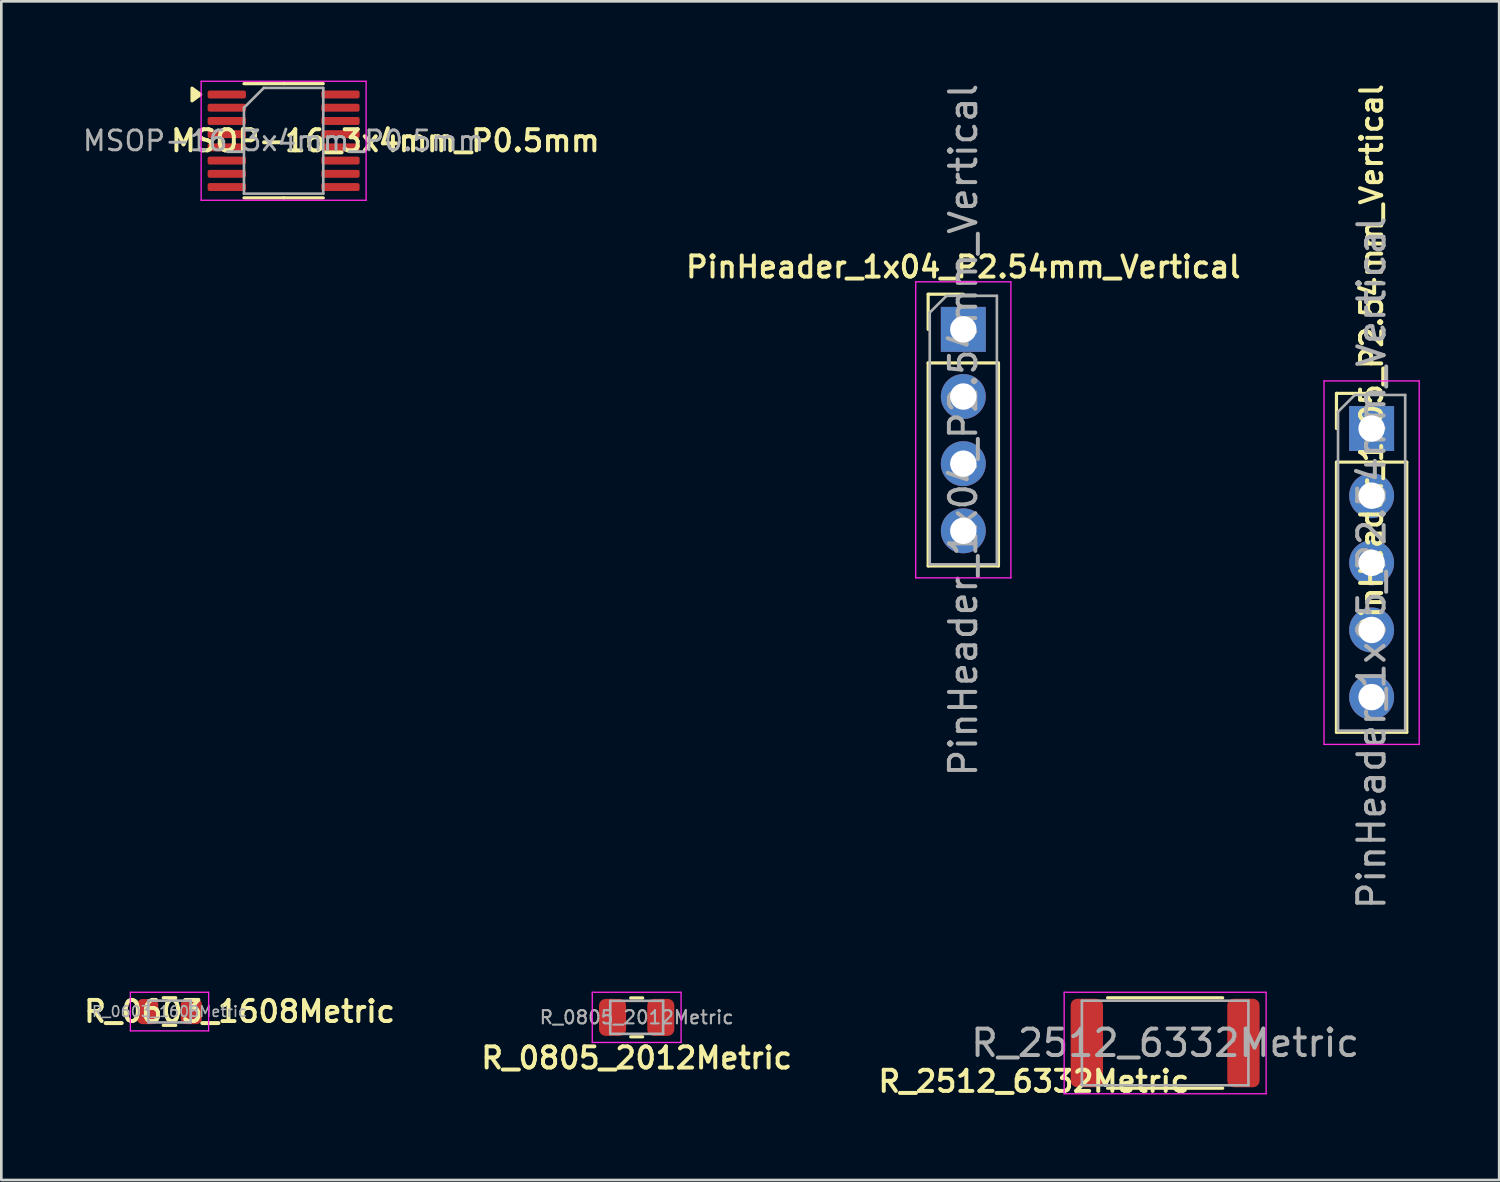
<source format=kicad_pcb>
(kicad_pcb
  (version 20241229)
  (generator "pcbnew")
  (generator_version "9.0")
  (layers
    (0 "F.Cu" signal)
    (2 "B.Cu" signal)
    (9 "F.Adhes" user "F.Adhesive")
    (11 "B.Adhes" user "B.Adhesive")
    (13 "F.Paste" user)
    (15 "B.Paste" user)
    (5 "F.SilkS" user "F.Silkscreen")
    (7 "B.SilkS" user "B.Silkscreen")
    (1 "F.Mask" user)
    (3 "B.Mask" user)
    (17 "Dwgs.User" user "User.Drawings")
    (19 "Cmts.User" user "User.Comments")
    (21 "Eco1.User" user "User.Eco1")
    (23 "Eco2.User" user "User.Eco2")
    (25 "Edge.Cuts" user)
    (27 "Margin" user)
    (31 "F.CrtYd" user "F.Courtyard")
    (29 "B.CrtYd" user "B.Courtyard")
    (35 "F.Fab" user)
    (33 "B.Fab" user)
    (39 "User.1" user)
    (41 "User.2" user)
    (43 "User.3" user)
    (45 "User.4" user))
  (footprint "PinHeader_1x05_P2.54mm_Vertical"
    (layer "F.Cu")
    (at 48.837 13.161)
    (property "Reference" "PinHeader_1x05_P2.54mm_Vertical" (at 0 -2.54 90) (layer "F.SilkS") (effects (font (size 0.8 0.8) (thickness 0.15))))
    (attr through_hole)
    (fp_line (start -1.33 -1.33) (end 0 -1.33) (stroke (width 0.12) (type solid)) (layer "F.SilkS"))
    (fp_line (start -1.33 0) (end -1.33 -1.33) (stroke (width 0.12) (type solid)) (layer "F.SilkS"))
    (fp_line (start -1.33 1.27) (end -1.33 11.49) (stroke (width 0.12) (type solid)) (layer "F.SilkS"))
    (fp_line (start -1.33 1.27) (end 1.33 1.27) (stroke (width 0.12) (type solid)) (layer "F.SilkS"))
    (fp_line (start -1.33 11.49) (end 1.33 11.49) (stroke (width 0.12) (type solid)) (layer "F.SilkS"))
    (fp_line (start 1.33 1.27) (end 1.33 11.49) (stroke (width 0.12) (type solid)) (layer "F.SilkS"))
    (fp_line (start -1.8 -1.8) (end -1.8 11.95) (stroke (width 0.05) (type solid)) (layer "F.CrtYd"))
    (fp_line (start -1.8 11.95) (end 1.8 11.95) (stroke (width 0.05) (type solid)) (layer "F.CrtYd"))
    (fp_line (start 1.8 -1.8) (end -1.8 -1.8) (stroke (width 0.05) (type solid)) (layer "F.CrtYd"))
    (fp_line (start 1.8 11.95) (end 1.8 -1.8) (stroke (width 0.05) (type solid)) (layer "F.CrtYd"))
    (fp_line (start -1.27 -0.635) (end -0.635 -1.27) (stroke (width 0.1) (type solid)) (layer "F.Fab"))
    (fp_line (start -1.27 11.43) (end -1.27 -0.635) (stroke (width 0.1) (type solid)) (layer "F.Fab"))
    (fp_line (start -0.635 -1.27) (end 1.27 -1.27) (stroke (width 0.1) (type solid)) (layer "F.Fab"))
    (fp_line (start 1.27 -1.27) (end 1.27 11.43) (stroke (width 0.1) (type solid)) (layer "F.Fab"))
    (fp_line (start 1.27 11.43) (end -1.27 11.43) (stroke (width 0.1) (type solid)) (layer "F.Fab"))
    (fp_text user "${REFERENCE}" (at 0 5.08 270) (layer "F.Fab") (effects (font (size 1 1) (thickness 0.15))))
    (pad "1" thru_hole rect (at 0 0) (size 1.7 1.7) (drill 1) (layers "*.Cu" "*.Mask"))
    (pad "2" thru_hole oval (at 0 2.54) (size 1.7 1.7) (drill 1) (layers "*.Cu" "*.Mask"))
    (pad "3" thru_hole oval (at 0 5.08) (size 1.7 1.7) (drill 1) (layers "*.Cu" "*.Mask"))
    (pad "4" thru_hole oval (at 0 7.62) (size 1.7 1.7) (drill 1) (layers "*.Cu" "*.Mask"))
    (pad "5" thru_hole oval (at 0 10.16) (size 1.7 1.7) (drill 1) (layers "*.Cu" "*.Mask")))
  (footprint "R_0805_2012Metric"
    (layer "F.Cu")
    (at 21.035 35.436)
    (property "Reference" "R_0805_2012Metric" (at 0 1.535 180) (layer "F.SilkS") (effects (font (size 0.8 0.8) (thickness 0.15))))
    (attr smd)
    (fp_line (start -0.227 -0.735) (end 0.227 -0.735) (stroke (width 0.12) (type solid)) (layer "F.SilkS"))
    (fp_line (start -0.227 0.735) (end 0.227 0.735) (stroke (width 0.12) (type solid)) (layer "F.SilkS"))
    (fp_line (start -1.68 -0.95) (end 1.68 -0.95) (stroke (width 0.05) (type solid)) (layer "F.CrtYd"))
    (fp_line (start -1.68 0.95) (end -1.68 -0.95) (stroke (width 0.05) (type solid)) (layer "F.CrtYd"))
    (fp_line (start 1.68 -0.95) (end 1.68 0.95) (stroke (width 0.05) (type solid)) (layer "F.CrtYd"))
    (fp_line (start 1.68 0.95) (end -1.68 0.95) (stroke (width 0.05) (type solid)) (layer "F.CrtYd"))
    (fp_line (start -1 -0.625) (end 1 -0.625) (stroke (width 0.1) (type solid)) (layer "F.Fab"))
    (fp_line (start -1 0.625) (end -1 -0.625) (stroke (width 0.1) (type solid)) (layer "F.Fab"))
    (fp_line (start 1 -0.625) (end 1 0.625) (stroke (width 0.1) (type solid)) (layer "F.Fab"))
    (fp_line (start 1 0.625) (end -1 0.625) (stroke (width 0.1) (type solid)) (layer "F.Fab"))
    (fp_text user "${REFERENCE}" (at 0 0 180) (layer "F.Fab") (effects (font (size 0.5 0.5) (thickness 0.08))))
    (pad "1" smd roundrect (at -0.912 0) (size 1.025 1.4) (layers "F.Cu" "F.Mask" "F.Paste") (roundrect_rratio 0.244))
    (pad "2" smd roundrect (at 0.912 0) (size 1.025 1.4) (layers "F.Cu" "F.Mask" "F.Paste") (roundrect_rratio 0.244)))
  (footprint "R_0603_1608Metric"
    (layer "F.Cu")
    (at 3.362 35.216)
    (property "Reference" "R_0603_1608Metric" (at 2.65 -0.003 180) (layer "F.SilkS") (effects (font (size 0.8 0.8) (thickness 0.15))))
    (attr smd)
    (fp_line (start -0.237 -0.522) (end 0.237 -0.522) (stroke (width 0.12) (type solid)) (layer "F.SilkS"))
    (fp_line (start -0.237 0.522) (end 0.237 0.522) (stroke (width 0.12) (type solid)) (layer "F.SilkS"))
    (fp_line (start -1.48 -0.73) (end 1.48 -0.73) (stroke (width 0.05) (type solid)) (layer "F.CrtYd"))
    (fp_line (start -1.48 0.73) (end -1.48 -0.73) (stroke (width 0.05) (type solid)) (layer "F.CrtYd"))
    (fp_line (start 1.48 -0.73) (end 1.48 0.73) (stroke (width 0.05) (type solid)) (layer "F.CrtYd"))
    (fp_line (start 1.48 0.73) (end -1.48 0.73) (stroke (width 0.05) (type solid)) (layer "F.CrtYd"))
    (fp_line (start -0.8 -0.412) (end 0.8 -0.412) (stroke (width 0.1) (type solid)) (layer "F.Fab"))
    (fp_line (start -0.8 0.412) (end -0.8 -0.412) (stroke (width 0.1) (type solid)) (layer "F.Fab"))
    (fp_line (start 0.8 -0.412) (end 0.8 0.412) (stroke (width 0.1) (type solid)) (layer "F.Fab"))
    (fp_line (start 0.8 0.412) (end -0.8 0.412) (stroke (width 0.1) (type solid)) (layer "F.Fab"))
    (fp_text user "${REFERENCE}" (at 0 0 180) (layer "F.Fab") (effects (font (size 0.4 0.4) (thickness 0.06))))
    (pad "1" smd roundrect (at -0.825 0) (size 0.8 0.95) (layers "F.Cu" "F.Mask" "F.Paste") (roundrect_rratio 0.25))
    (pad "2" smd roundrect (at 0.825 0) (size 0.8 0.95) (layers "F.Cu" "F.Mask" "F.Paste") (roundrect_rratio 0.25)))
  (footprint "MSOP-16_3x4mm_P0.5mm"
    (layer "F.Cu")
    (at 7.679 2.275)
    (property "Reference" "MSOP-16_3x4mm_P0.5mm" (at 3.85 0 0) (layer "F.SilkS") (effects (font (size 0.8 0.8) (thickness 0.15))))
    (attr smd)
    (fp_line (start 0 -2.16) (end -1.5 -2.16) (stroke (width 0.12) (type solid)) (layer "F.SilkS"))
    (fp_line (start 0 -2.16) (end 1.5 -2.16) (stroke (width 0.12) (type solid)) (layer "F.SilkS"))
    (fp_line (start 0 2.16) (end -1.5 2.16) (stroke (width 0.12) (type solid)) (layer "F.SilkS"))
    (fp_line (start 0 2.16) (end 1.5 2.16) (stroke (width 0.12) (type solid)) (layer "F.SilkS"))
    (fp_poly (pts (xy -3.135 -1.75) (xy -3.465 -1.99) (xy -3.465 -1.51) (xy -3.135 -1.75)) (stroke (width 0.12) (type solid)) (fill yes) (layer "F.SilkS"))
    (fp_line (start -3.12 -2.25) (end -3.12 2.25) (stroke (width 0.05) (type solid)) (layer "F.CrtYd"))
    (fp_line (start -3.12 2.25) (end 3.12 2.25) (stroke (width 0.05) (type solid)) (layer "F.CrtYd"))
    (fp_line (start 3.12 -2.25) (end -3.12 -2.25) (stroke (width 0.05) (type solid)) (layer "F.CrtYd"))
    (fp_line (start 3.12 2.25) (end 3.12 -2.25) (stroke (width 0.05) (type solid)) (layer "F.CrtYd"))
    (fp_line (start -1.5 -1.25) (end -0.75 -2) (stroke (width 0.1) (type solid)) (layer "F.Fab"))
    (fp_line (start -1.5 2) (end -1.5 -1.25) (stroke (width 0.1) (type solid)) (layer "F.Fab"))
    (fp_line (start -0.75 -2) (end 1.5 -2) (stroke (width 0.1) (type solid)) (layer "F.Fab"))
    (fp_line (start 1.5 -2) (end 1.5 2) (stroke (width 0.1) (type solid)) (layer "F.Fab"))
    (fp_line (start 1.5 2) (end -1.5 2) (stroke (width 0.1) (type solid)) (layer "F.Fab"))
    (fp_text user "${REFERENCE}" (at 0 0 0) (layer "F.Fab") (effects (font (size 0.75 0.75) (thickness 0.11))))
    (pad "1" smd roundrect (at -2.15 -1.75) (size 1.45 0.3) (layers "F.Cu" "F.Mask" "F.Paste") (roundrect_rratio 0.25))
    (pad "2" smd roundrect (at -2.15 -1.25) (size 1.45 0.3) (layers "F.Cu" "F.Mask" "F.Paste") (roundrect_rratio 0.25))
    (pad "3" smd roundrect (at -2.15 -0.75) (size 1.45 0.3) (layers "F.Cu" "F.Mask" "F.Paste") (roundrect_rratio 0.25))
    (pad "4" smd roundrect (at -2.15 -0.25) (size 1.45 0.3) (layers "F.Cu" "F.Mask" "F.Paste") (roundrect_rratio 0.25))
    (pad "5" smd roundrect (at -2.15 0.25) (size 1.45 0.3) (layers "F.Cu" "F.Mask" "F.Paste") (roundrect_rratio 0.25))
    (pad "6" smd roundrect (at -2.15 0.75) (size 1.45 0.3) (layers "F.Cu" "F.Mask" "F.Paste") (roundrect_rratio 0.25))
    (pad "7" smd roundrect (at -2.15 1.25) (size 1.45 0.3) (layers "F.Cu" "F.Mask" "F.Paste") (roundrect_rratio 0.25))
    (pad "8" smd roundrect (at -2.15 1.75) (size 1.45 0.3) (layers "F.Cu" "F.Mask" "F.Paste") (roundrect_rratio 0.25))
    (pad "9" smd roundrect (at 2.15 1.75) (size 1.45 0.3) (layers "F.Cu" "F.Mask" "F.Paste") (roundrect_rratio 0.25))
    (pad "10" smd roundrect (at 2.15 1.25) (size 1.45 0.3) (layers "F.Cu" "F.Mask" "F.Paste") (roundrect_rratio 0.25))
    (pad "11" smd roundrect (at 2.15 0.75) (size 1.45 0.3) (layers "F.Cu" "F.Mask" "F.Paste") (roundrect_rratio 0.25))
    (pad "12" smd roundrect (at 2.15 0.25) (size 1.45 0.3) (layers "F.Cu" "F.Mask" "F.Paste") (roundrect_rratio 0.25))
    (pad "13" smd roundrect (at 2.15 -0.25) (size 1.45 0.3) (layers "F.Cu" "F.Mask" "F.Paste") (roundrect_rratio 0.25))
    (pad "14" smd roundrect (at 2.15 -0.75) (size 1.45 0.3) (layers "F.Cu" "F.Mask" "F.Paste") (roundrect_rratio 0.25))
    (pad "15" smd roundrect (at 2.15 -1.25) (size 1.45 0.3) (layers "F.Cu" "F.Mask" "F.Paste") (roundrect_rratio 0.25))
    (pad "16" smd roundrect (at 2.15 -1.75) (size 1.45 0.3) (layers "F.Cu" "F.Mask" "F.Paste") (roundrect_rratio 0.25)))
  (footprint "PinHeader_1x04_P2.54mm_Vertical"
    (layer "F.Cu")
    (at 33.391 9.41)
    (property "Reference" "PinHeader_1x04_P2.54mm_Vertical" (at 0 -2.36 180) (layer "F.SilkS") (effects (font (size 0.8 0.8) (thickness 0.15))))
    (attr through_hole)
    (fp_line (start -1.33 -1.33) (end 0 -1.33) (stroke (width 0.12) (type solid)) (layer "F.SilkS"))
    (fp_line (start -1.33 0) (end -1.33 -1.33) (stroke (width 0.12) (type solid)) (layer "F.SilkS"))
    (fp_line (start -1.33 1.27) (end -1.33 8.95) (stroke (width 0.12) (type solid)) (layer "F.SilkS"))
    (fp_line (start -1.33 1.27) (end 1.33 1.27) (stroke (width 0.12) (type solid)) (layer "F.SilkS"))
    (fp_line (start -1.33 8.95) (end 1.33 8.95) (stroke (width 0.12) (type solid)) (layer "F.SilkS"))
    (fp_line (start 1.33 1.27) (end 1.33 8.95) (stroke (width 0.12) (type solid)) (layer "F.SilkS"))
    (fp_line (start -1.8 -1.8) (end -1.8 9.4) (stroke (width 0.05) (type solid)) (layer "F.CrtYd"))
    (fp_line (start -1.8 9.4) (end 1.8 9.4) (stroke (width 0.05) (type solid)) (layer "F.CrtYd"))
    (fp_line (start 1.8 -1.8) (end -1.8 -1.8) (stroke (width 0.05) (type solid)) (layer "F.CrtYd"))
    (fp_line (start 1.8 9.4) (end 1.8 -1.8) (stroke (width 0.05) (type solid)) (layer "F.CrtYd"))
    (fp_line (start -1.27 -0.635) (end -0.635 -1.27) (stroke (width 0.1) (type solid)) (layer "F.Fab"))
    (fp_line (start -1.27 8.89) (end -1.27 -0.635) (stroke (width 0.1) (type solid)) (layer "F.Fab"))
    (fp_line (start -0.635 -1.27) (end 1.27 -1.27) (stroke (width 0.1) (type solid)) (layer "F.Fab"))
    (fp_line (start 1.27 -1.27) (end 1.27 8.89) (stroke (width 0.1) (type solid)) (layer "F.Fab"))
    (fp_line (start 1.27 8.89) (end -1.27 8.89) (stroke (width 0.1) (type solid)) (layer "F.Fab"))
    (fp_text user "${REFERENCE}" (at 0 3.81 270) (layer "F.Fab") (effects (font (size 1 1) (thickness 0.15))))
    (pad "1" thru_hole rect (at 0 0) (size 1.7 1.7) (drill 1) (layers "*.Cu" "*.Mask"))
    (pad "2" thru_hole oval (at 0 2.54) (size 1.7 1.7) (drill 1) (layers "*.Cu" "*.Mask"))
    (pad "3" thru_hole oval (at 0 5.08) (size 1.7 1.7) (drill 1) (layers "*.Cu" "*.Mask"))
    (pad "4" thru_hole oval (at 0 7.62) (size 1.7 1.7) (drill 1) (layers "*.Cu" "*.Mask")))
  (footprint "R_2512_6332Metric"
    (layer "F.Cu")
    (at 41.026 36.406)
    (property "Reference" "R_2512_6332Metric" (at -4.968 1.45 0) (layer "F.SilkS") (effects (font (size 0.8 0.8) (thickness 0.15))))
    (attr smd)
    (fp_line (start -2.177 -1.71) (end 2.177 -1.71) (stroke (width 0.12) (type solid)) (layer "F.SilkS"))
    (fp_line (start -2.177 1.71) (end 2.177 1.71) (stroke (width 0.12) (type solid)) (layer "F.SilkS"))
    (fp_line (start -3.82 -1.92) (end 3.82 -1.92) (stroke (width 0.05) (type solid)) (layer "F.CrtYd"))
    (fp_line (start -3.82 1.92) (end -3.82 -1.92) (stroke (width 0.05) (type solid)) (layer "F.CrtYd"))
    (fp_line (start 3.82 -1.92) (end 3.82 1.92) (stroke (width 0.05) (type solid)) (layer "F.CrtYd"))
    (fp_line (start 3.82 1.92) (end -3.82 1.92) (stroke (width 0.05) (type solid)) (layer "F.CrtYd"))
    (fp_line (start -3.15 -1.6) (end 3.15 -1.6) (stroke (width 0.1) (type solid)) (layer "F.Fab"))
    (fp_line (start -3.15 1.6) (end -3.15 -1.6) (stroke (width 0.1) (type solid)) (layer "F.Fab"))
    (fp_line (start 3.15 -1.6) (end 3.15 1.6) (stroke (width 0.1) (type solid)) (layer "F.Fab"))
    (fp_line (start 3.15 1.6) (end -3.15 1.6) (stroke (width 0.1) (type solid)) (layer "F.Fab"))
    (fp_text user "${REFERENCE}" (at 0 0 180) (layer "F.Fab") (effects (font (size 1 1) (thickness 0.15))))
    (pad "1" smd roundrect (at -2.962 0) (size 1.225 3.35) (layers "F.Cu" "F.Mask" "F.Paste") (roundrect_rratio 0.204))
    (pad "2" smd roundrect (at 2.962 0) (size 1.225 3.35) (layers "F.Cu" "F.Mask" "F.Paste") (roundrect_rratio 0.204)))
  (gr_rect
    (start -3 -3)
    (end 53.662 41.588)
    (stroke (width 0.1) (type default))
    (fill no)
    (layer "Edge.Cuts")))
</source>
